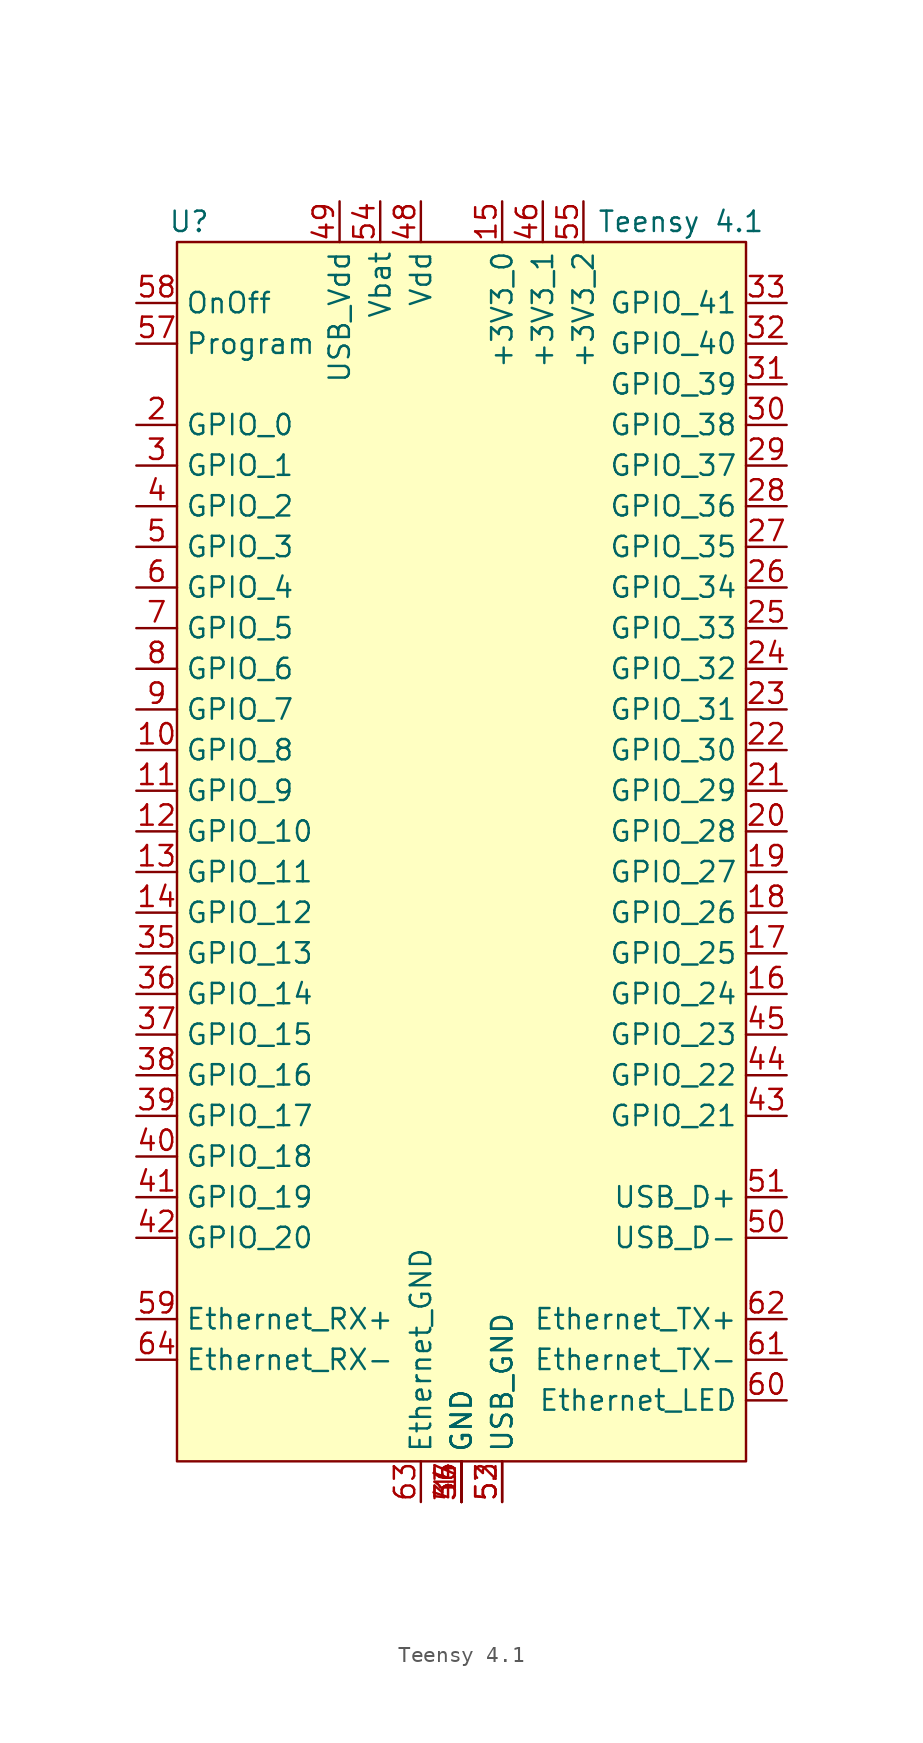
<source format=kicad_sym>
(kicad_symbol_lib
  (version 20231120)
  (generator "kicad_symbol_editor")
  (generator_version "8.0")
  (symbol "Teensy 4.1"
    (property "Reference" "U"
      (at -17.018 39.37 0)
      (effects (font (size 1.27 1.27))))
    (property "Value" "Teensy 4.1"
      (at 13.716 39.37 0)
      (effects (font (size 1.27 1.27))))
    (symbol "Teensy 4.1_1_1"
      (rectangle (start -17.78 38.1) (end 17.78 -38.1) (stroke (width 0) (type default)) (fill (type background)))
      (pin power_in line (at 0 -40.64 90) (length 2.54) (name "GND" (effects (font (size 1.27 1.27)))) (number "1" (effects (font (size 1.27 1.27)))))
      (pin bidirectional line (at -20.32 6.35 0) (length 2.54) (name "GPIO_8" (effects (font (size 1.27 1.27)))) (number "10" (effects (font (size 1.27 1.27)))) (alternate "PWM_1A3" output line) (alternate "SAI1_SDI" input line) (alternate "UART2_TX" input line))
      (pin bidirectional line (at -20.32 3.81 0) (length 2.54) (name "GPIO_9" (effects (font (size 1.27 1.27)))) (number "11" (effects (font (size 1.27 1.27)))) (alternate "PWM_2B2" output line) (alternate "PWM_Q42" output line) (alternate "SAI1_SDO_C" output line))
      (pin bidirectional line (at -20.32 1.27 0) (length 2.54) (name "GPIO_10" (effects (font (size 1.27 1.27)))) (number "12" (effects (font (size 1.27 1.27)))) (alternate "MQS_R" output line) (alternate "PWM_Q10" output line) (alternate "~{SPI0_CS}" output line))
      (pin bidirectional line (at -20.32 -1.27 0) (length 2.54) (name "GPIO_11" (effects (font (size 1.27 1.27)))) (number "13" (effects (font (size 1.27 1.27)))) (alternate "CAN1_TX" output line) (alternate "PWM_Q12" output line) (alternate "SPI0_MOSI" output line))
      (pin bidirectional line (at -20.32 -3.81 0) (length 2.54) (name "GPIO_12" (effects (font (size 1.27 1.27)))) (number "14" (effects (font (size 1.27 1.27)))) (alternate "MQS_L" output line) (alternate "PWM_Q11" bidirectional line) (alternate "SPI0_MISO" input line))
      (pin power_out line (at 2.54 40.64 270) (length 2.54) (name "+3V3_0" (effects (font (size 1.27 1.27)))) (number "15" (effects (font (size 1.27 1.27)))))
      (pin bidirectional line (at 20.32 -8.89 180) (length 2.54) (name "GPIO_24" (effects (font (size 1.27 1.27)))) (number "16" (effects (font (size 1.27 1.27)))) (alternate "ADC_10" input line) (alternate "I2C2_SCL" open_collector clock) (alternate "PWM_1X2" output line) (alternate "UART6_TX" output line))
      (pin bidirectional line (at 20.32 -6.35 180) (length 2.54) (name "GPIO_25" (effects (font (size 1.27 1.27)))) (number "17" (effects (font (size 1.27 1.27)))) (alternate "ADC_11" input line) (alternate "I2C2_SDA" open_collector line) (alternate "PWM_1X3" output line) (alternate "UART6_RX" input line))
      (pin bidirectional line (at 20.32 -3.81 180) (length 2.54) (name "GPIO_26" (effects (font (size 1.27 1.27)))) (number "18" (effects (font (size 1.27 1.27)))) (alternate "ADC_12" input line) (alternate "SPI1_MOSI" output line))
      (pin bidirectional line (at 20.32 -1.27 180) (length 2.54) (name "GPIO_27" (effects (font (size 1.27 1.27)))) (number "19" (effects (font (size 1.27 1.27)))) (alternate "ADC_13" input line) (alternate "SPI1_SCLK" output clock))
      (pin bidirectional line (at -20.32 26.67 0) (length 2.54) (name "GPIO_0" (effects (font (size 1.27 1.27)))) (number "2" (effects (font (size 1.27 1.27)))) (alternate "CAN2_RX" input line) (alternate "PWM_1X1" output line) (alternate "UART1_RX" input line) (alternate "~{SPI1_CS}" output line))
      (pin bidirectional line (at 20.32 1.27 180) (length 2.54) (name "GPIO_28" (effects (font (size 1.27 1.27)))) (number "20" (effects (font (size 1.27 1.27)))) (alternate "PWM_3B1" output line) (alternate "UART7_RX" input line))
      (pin bidirectional line (at 20.32 3.81 180) (length 2.54) (name "GPIO_29" (effects (font (size 1.27 1.27)))) (number "21" (effects (font (size 1.27 1.27)))) (alternate "PWM_3A1" output line) (alternate "UART7_TX" output line))
      (pin bidirectional line (at 20.32 6.35 180) (length 2.54) (name "GPIO_30" (effects (font (size 1.27 1.27)))) (number "22" (effects (font (size 1.27 1.27)))) (alternate "CAN3_RX" input line))
      (pin bidirectional line (at 20.32 8.89 180) (length 2.54) (name "GPIO_31" (effects (font (size 1.27 1.27)))) (number "23" (effects (font (size 1.27 1.27)))) (alternate "CAN3_TX" output line))
      (pin bidirectional line (at 20.32 11.43 180) (length 2.54) (name "GPIO_32" (effects (font (size 1.27 1.27)))) (number "24" (effects (font (size 1.27 1.27)))) (alternate "SAI1_SDO_B" output line))
      (pin bidirectional line (at 20.32 13.97 180) (length 2.54) (name "GPIO_33" (effects (font (size 1.27 1.27)))) (number "25" (effects (font (size 1.27 1.27)))) (alternate "PWM_2B0" output line) (alternate "SAI2_MCLK" output clock))
      (pin bidirectional line (at 20.32 16.51 180) (length 2.54) (name "GPIO_34" (effects (font (size 1.27 1.27)))) (number "26" (effects (font (size 1.27 1.27)))) (alternate "UART8_RX" input line))
      (pin bidirectional line (at 20.32 19.05 180) (length 2.54) (name "GPIO_35" (effects (font (size 1.27 1.27)))) (number "27" (effects (font (size 1.27 1.27)))) (alternate "UART8_TX" output line))
      (pin bidirectional line (at 20.32 21.59 180) (length 2.54) (name "GPIO_36" (effects (font (size 1.27 1.27)))) (number "28" (effects (font (size 1.27 1.27)))) (alternate "PWM_2A3" output line) (alternate "~{SPI0_CS2}" output line))
      (pin bidirectional line (at 20.32 24.13 180) (length 2.54) (name "GPIO_37" (effects (font (size 1.27 1.27)))) (number "29" (effects (font (size 1.27 1.27)))) (alternate "PWM_2B3" output line) (alternate "~{SPI0_CS1}" output line))
      (pin bidirectional line (at -20.32 24.13 0) (length 2.54) (name "GPIO_1" (effects (font (size 1.27 1.27)))) (number "3" (effects (font (size 1.27 1.27)))) (alternate "CAN2_TX" output line) (alternate "PWM_1X0" output line) (alternate "SPI1_MISO" input line) (alternate "UART1_TX" output line))
      (pin bidirectional line (at 20.32 26.67 180) (length 2.54) (name "GPIO_38" (effects (font (size 1.27 1.27)))) (number "30" (effects (font (size 1.27 1.27)))) (alternate "ADC_14" input line) (alternate "~{SPI1_CS0}" output line))
      (pin bidirectional line (at 20.32 29.21 180) (length 2.54) (name "GPIO_39" (effects (font (size 1.27 1.27)))) (number "31" (effects (font (size 1.27 1.27)))) (alternate "ADC_15" input line))
      (pin bidirectional line (at 20.32 31.75 180) (length 2.54) (name "GPIO_40" (effects (font (size 1.27 1.27)))) (number "32" (effects (font (size 1.27 1.27)))) (alternate "ADC_16" input line))
      (pin bidirectional line (at 20.32 34.29 180) (length 2.54) (name "GPIO_41" (effects (font (size 1.27 1.27)))) (number "33" (effects (font (size 1.27 1.27)))) (alternate "ADC_17" input line))
      (pin power_in line (at 0 -40.64 90) (length 2.54) (name "GND" (effects (font (size 1.27 1.27)))) (number "34" (effects (font (size 1.27 1.27)))))
      (pin bidirectional line (at -20.32 -6.35 0) (length 2.54) (name "GPIO_13" (effects (font (size 1.27 1.27)))) (number "35" (effects (font (size 1.27 1.27)))) (alternate "LED" output line) (alternate "PWM_Q20" bidirectional line) (alternate "SPI0_SCLK" output clock))
      (pin bidirectional line (at -20.32 -8.89 0) (length 2.54) (name "GPIO_14" (effects (font (size 1.27 1.27)))) (number "36" (effects (font (size 1.27 1.27)))) (alternate "ADC_0" input line) (alternate "PWM_Q32" bidirectional line) (alternate "SPDIF_TX" output line) (alternate "UART3_TX" output line))
      (pin bidirectional line (at -20.32 -11.43 0) (length 2.54) (name "GPIO_15" (effects (font (size 1.27 1.27)))) (number "37" (effects (font (size 1.27 1.27)))) (alternate "ADC_1" input line) (alternate "PWM_Q33" output line) (alternate "SPDIF_RX" input line) (alternate "UART3_RX" input line))
      (pin bidirectional line (at -20.32 -13.97 0) (length 2.54) (name "GPIO_16" (effects (font (size 1.27 1.27)))) (number "38" (effects (font (size 1.27 1.27)))) (alternate "ADC_2" input line) (alternate "I2C1_SCL" open_collector clock) (alternate "UART4_RX" input line))
      (pin bidirectional line (at -20.32 -16.51 0) (length 2.54) (name "GPIO_17" (effects (font (size 1.27 1.27)))) (number "39" (effects (font (size 1.27 1.27)))) (alternate "ADC_3" input line) (alternate "I2C1_SDA" open_collector line) (alternate "UART4_TX" output line))
      (pin bidirectional line (at -20.32 21.59 0) (length 2.54) (name "GPIO_2" (effects (font (size 1.27 1.27)))) (number "4" (effects (font (size 1.27 1.27)))) (alternate "PWM_4A2" output line) (alternate "SAI2_SDO" output line))
      (pin bidirectional line (at -20.32 -19.05 0) (length 2.54) (name "GPIO_18" (effects (font (size 1.27 1.27)))) (number "40" (effects (font (size 1.27 1.27)))) (alternate "ADC_4" input line) (alternate "I2C0_SDA" open_collector line) (alternate "PWM_Q31" output line))
      (pin bidirectional line (at -20.32 -21.59 0) (length 2.54) (name "GPIO_19" (effects (font (size 1.27 1.27)))) (number "41" (effects (font (size 1.27 1.27)))) (alternate "ADC_5" input line) (alternate "I2C0_SCL" open_collector clock) (alternate "PWM_Q30" output line))
      (pin bidirectional line (at -20.32 -24.13 0) (length 2.54) (name "GPIO_20" (effects (font (size 1.27 1.27)))) (number "42" (effects (font (size 1.27 1.27)))) (alternate "ADC_6" input line) (alternate "SAI1_LRCK" output clock) (alternate "UART5_TX" output line))
      (pin bidirectional line (at 20.32 -16.51 180) (length 2.54) (name "GPIO_21" (effects (font (size 1.27 1.27)))) (number "43" (effects (font (size 1.27 1.27)))) (alternate "ADC_7" input line) (alternate "SAI1_BCLK" output clock) (alternate "UART5_RX" input line))
      (pin bidirectional line (at 20.32 -13.97 180) (length 2.54) (name "GPIO_22" (effects (font (size 1.27 1.27)))) (number "44" (effects (font (size 1.27 1.27)))) (alternate "ADC_8" input line) (alternate "CAN1_TX" output line))
      (pin bidirectional line (at 20.32 -11.43 180) (length 2.54) (name "GPIO_23" (effects (font (size 1.27 1.27)))) (number "45" (effects (font (size 1.27 1.27)))) (alternate "ADC_9" input line) (alternate "CAN3_RX" input line) (alternate "SAI1_MCLK" output clock))
      (pin power_out line (at 5.08 40.64 270) (length 2.54) (name "+3V3_1" (effects (font (size 1.27 1.27)))) (number "46" (effects (font (size 1.27 1.27)))))
      (pin power_in line (at 0 -40.64 90) (length 2.54) (name "GND" (effects (font (size 1.27 1.27)))) (number "47" (effects (font (size 1.27 1.27)))))
      (pin power_in line (at -2.54 40.64 270) (length 2.54) (name "Vdd" (effects (font (size 1.27 1.27)))) (number "48" (effects (font (size 1.27 1.27)))))
      (pin power_in line (at -7.62 40.64 270) (length 2.54) (name "USB_Vdd" (effects (font (size 1.27 1.27)))) (number "49" (effects (font (size 1.27 1.27)))))
      (pin bidirectional line (at -20.32 19.05 0) (length 2.54) (name "GPIO_3" (effects (font (size 1.27 1.27)))) (number "5" (effects (font (size 1.27 1.27)))) (alternate "PWM_4B2" output line) (alternate "SAI2_LRCK" output clock))
      (pin bidirectional line (at 20.32 -24.13 180) (length 2.54) (name "USB_D-" (effects (font (size 1.27 1.27)))) (number "50" (effects (font (size 1.27 1.27)))))
      (pin bidirectional line (at 20.32 -21.59 180) (length 2.54) (name "USB_D+" (effects (font (size 1.27 1.27)))) (number "51" (effects (font (size 1.27 1.27)))))
      (pin power_in line (at 2.54 -40.64 90) (length 2.54) (name "USB_GND" (effects (font (size 1.27 1.27)))) (number "52" (effects (font (size 1.27 1.27)))))
      (pin power_in line (at 2.54 -40.64 90) (length 2.54) (name "USB_GND" (effects (font (size 1.27 1.27)))) (number "53" (effects (font (size 1.27 1.27)))))
      (pin power_in line (at -5.08 40.64 270) (length 2.54) (name "Vbat" (effects (font (size 1.27 1.27)))) (number "54" (effects (font (size 1.27 1.27)))))
      (pin power_out line (at 7.62 40.64 270) (length 2.54) (name "+3V3_2" (effects (font (size 1.27 1.27)))) (number "55" (effects (font (size 1.27 1.27)))))
      (pin power_in line (at 0 -40.64 90) (length 2.54) (name "GND" (effects (font (size 1.27 1.27)))) (number "56" (effects (font (size 1.27 1.27)))))
      (pin bidirectional line (at -20.32 31.75 0) (length 2.54) (name "Program" (effects (font (size 1.27 1.27)))) (number "57" (effects (font (size 1.27 1.27)))))
      (pin input line (at -20.32 34.29 0) (length 2.54) (name "OnOff" (effects (font (size 1.27 1.27)))) (number "58" (effects (font (size 1.27 1.27)))))
      (pin input line (at -20.32 -29.21 0) (length 2.54) (name "Ethernet_RX+" (effects (font (size 1.27 1.27)))) (number "59" (effects (font (size 1.27 1.27)))))
      (pin bidirectional line (at -20.32 16.51 0) (length 2.54) (name "GPIO_4" (effects (font (size 1.27 1.27)))) (number "6" (effects (font (size 1.27 1.27)))) (alternate "PWM_2A0" output line) (alternate "SAI2_BCLK" output clock))
      (pin output line (at 20.32 -34.29 180) (length 2.54) (name "Ethernet_LED" (effects (font (size 1.27 1.27)))) (number "60" (effects (font (size 1.27 1.27)))))
      (pin output line (at 20.32 -31.75 180) (length 2.54) (name "Ethernet_TX-" (effects (font (size 1.27 1.27)))) (number "61" (effects (font (size 1.27 1.27)))))
      (pin output line (at 20.32 -29.21 180) (length 2.54) (name "Ethernet_TX+" (effects (font (size 1.27 1.27)))) (number "62" (effects (font (size 1.27 1.27)))))
      (pin power_in line (at -2.54 -40.64 90) (length 2.54) (name "Ethernet_GND" (effects (font (size 1.27 1.27)))) (number "63" (effects (font (size 1.27 1.27)))))
      (pin input line (at -20.32 -31.75 0) (length 2.54) (name "Ethernet_RX-" (effects (font (size 1.27 1.27)))) (number "64" (effects (font (size 1.27 1.27)))))
      (pin bidirectional line (at -20.32 13.97 0) (length 2.54) (name "GPIO_5" (effects (font (size 1.27 1.27)))) (number "7" (effects (font (size 1.27 1.27)))) (alternate "PWM_2A1" output line) (alternate "SAI2_SDI" input line))
      (pin bidirectional line (at -20.32 11.43 0) (length 2.54) (name "GPIO_6" (effects (font (size 1.27 1.27)))) (number "8" (effects (font (size 1.27 1.27)))) (alternate "PWM_2A2" output line) (alternate "PWM_Q41" output line) (alternate "SAI1_SDO_D" output line))
      (pin bidirectional line (at -20.32 8.89 0) (length 2.54) (name "GPIO_7" (effects (font (size 1.27 1.27)))) (number "9" (effects (font (size 1.27 1.27)))) (alternate "PWM_1B3" output line) (alternate "SAI1_SDO_A" output line) (alternate "UART2_RX" input line)))))
</source>
